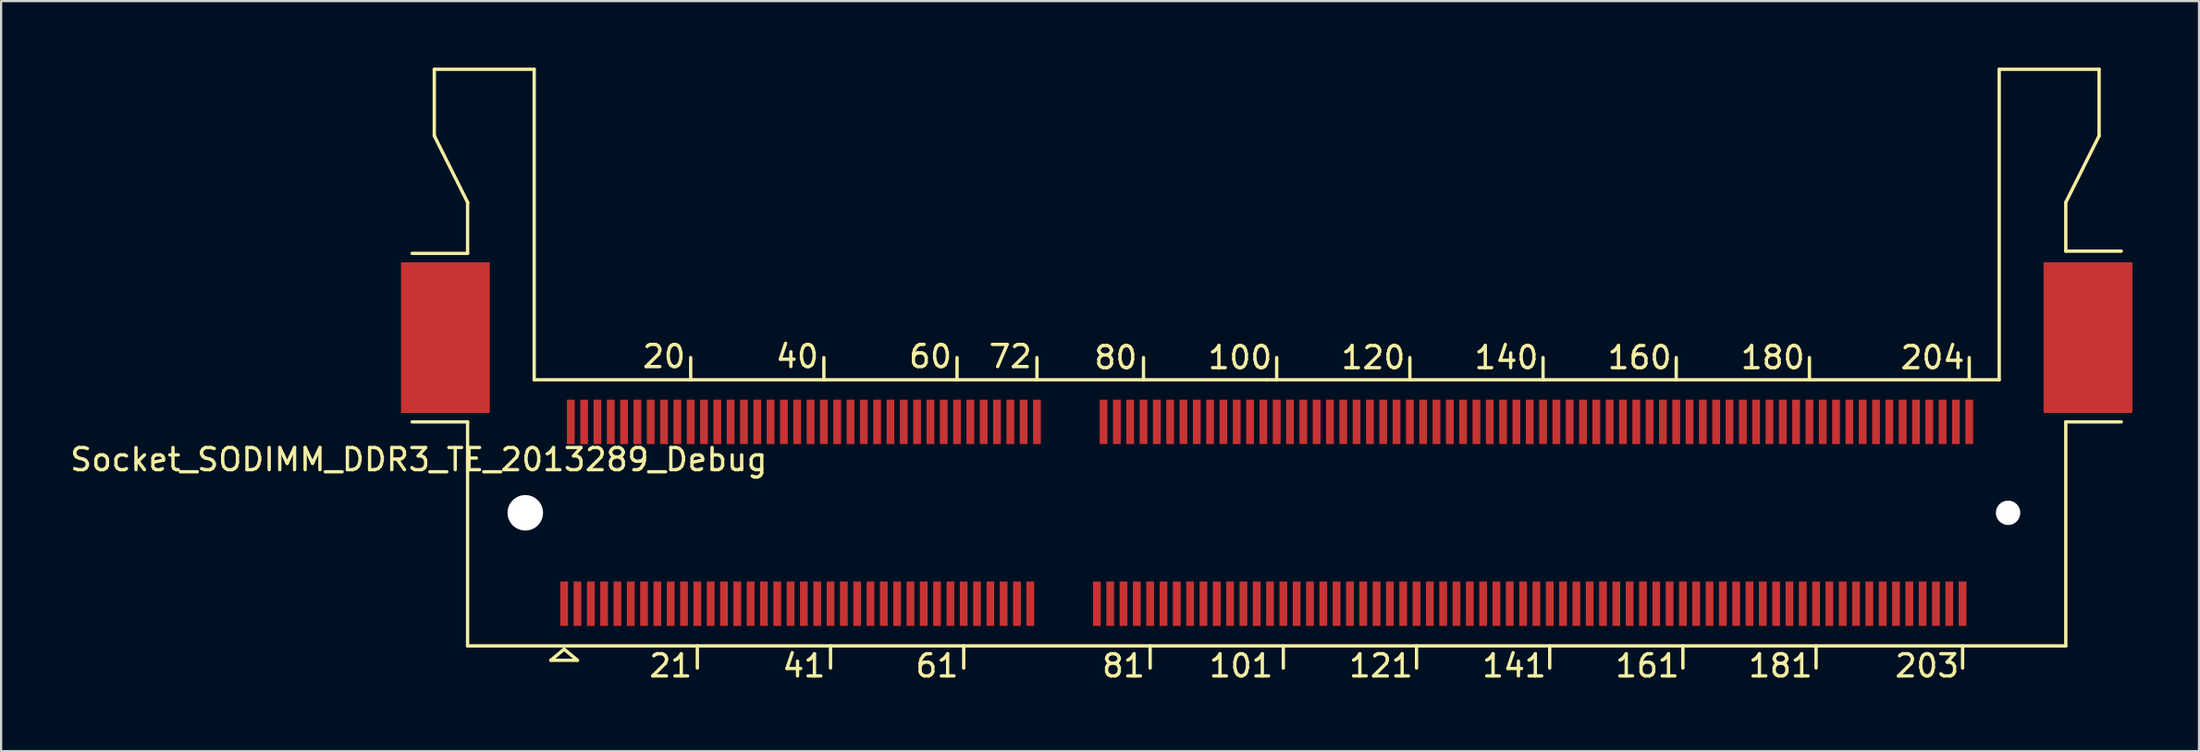
<source format=kicad_pcb>
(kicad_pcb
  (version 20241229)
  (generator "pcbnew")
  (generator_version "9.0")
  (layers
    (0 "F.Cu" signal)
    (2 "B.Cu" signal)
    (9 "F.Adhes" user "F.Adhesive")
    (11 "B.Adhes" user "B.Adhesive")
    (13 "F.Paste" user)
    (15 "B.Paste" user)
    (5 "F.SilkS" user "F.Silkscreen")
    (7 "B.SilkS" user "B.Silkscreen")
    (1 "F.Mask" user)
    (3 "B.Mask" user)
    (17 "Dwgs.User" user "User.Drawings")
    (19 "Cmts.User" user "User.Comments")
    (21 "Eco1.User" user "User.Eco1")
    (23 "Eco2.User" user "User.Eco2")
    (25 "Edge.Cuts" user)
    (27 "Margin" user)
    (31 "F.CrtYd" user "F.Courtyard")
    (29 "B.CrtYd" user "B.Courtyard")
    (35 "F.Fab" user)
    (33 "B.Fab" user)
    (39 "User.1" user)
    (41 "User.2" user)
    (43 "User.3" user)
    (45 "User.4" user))
  (footprint "Socket_SODIMM_DDR3_TE_2013289_Debug"
    (layer "F.Cu")
    (at 54.015 20.075)
    (property "Reference" "Socket_SODIMM_DDR3_TE_2013289_Debug" (at -38.2 -2.4 0) (layer "F.SilkS") (effects (font (size 1 1) (thickness 0.15))))
    (attr smd)
    (fp_line (start -37.5 -20) (end -37.5 -17) (stroke (width 0.15) (type solid)) (layer "F.SilkS"))
    (fp_line (start -37.5 -17) (end -36 -14) (stroke (width 0.15) (type solid)) (layer "F.SilkS"))
    (fp_line (start -36 -14) (end -36 -11.7) (stroke (width 0.15) (type solid)) (layer "F.SilkS"))
    (fp_line (start -36 -11.7) (end -38.5 -11.7) (stroke (width 0.15) (type solid)) (layer "F.SilkS"))
    (fp_line (start -36 -4.1) (end -38.5 -4.1) (stroke (width 0.15) (type solid)) (layer "F.SilkS"))
    (fp_line (start -36 -4.1) (end -36 6) (stroke (width 0.15) (type solid)) (layer "F.SilkS"))
    (fp_line (start -36 6) (end 36 6) (stroke (width 0.15) (type solid)) (layer "F.SilkS"))
    (fp_line (start -33 -20) (end -37.5 -20) (stroke (width 0.15) (type solid)) (layer "F.SilkS"))
    (fp_line (start -33 -6) (end -33 -20) (stroke (width 0.15) (type solid)) (layer "F.SilkS"))
    (fp_line (start -32.25 6.65) (end -31.65 6.15) (stroke (width 0.15) (type solid)) (layer "F.SilkS"))
    (fp_line (start -31.65 6.15) (end -31.05 6.65) (stroke (width 0.15) (type solid)) (layer "F.SilkS"))
    (fp_line (start -31.05 6.65) (end -32.25 6.65) (stroke (width 0.15) (type solid)) (layer "F.SilkS"))
    (fp_line (start -25.95 -6) (end -25.95 -7) (stroke (width 0.15) (type solid)) (layer "F.SilkS"))
    (fp_line (start -25.65 7) (end -25.65 6) (stroke (width 0.15) (type solid)) (layer "F.SilkS"))
    (fp_line (start -19.95 -6) (end -19.95 -7) (stroke (width 0.15) (type solid)) (layer "F.SilkS"))
    (fp_line (start -19.65 7) (end -19.65 6) (stroke (width 0.15) (type solid)) (layer "F.SilkS"))
    (fp_line (start -13.95 -6) (end -13.95 -7) (stroke (width 0.15) (type solid)) (layer "F.SilkS"))
    (fp_line (start -13.65 7) (end -13.65 6) (stroke (width 0.15) (type solid)) (layer "F.SilkS"))
    (fp_line (start -10.35 -6) (end -10.35 -7) (stroke (width 0.15) (type solid)) (layer "F.SilkS"))
    (fp_line (start -5.55 -6) (end -5.55 -7) (stroke (width 0.15) (type solid)) (layer "F.SilkS"))
    (fp_line (start -5.25 7) (end -5.25 6) (stroke (width 0.15) (type solid)) (layer "F.SilkS"))
    (fp_line (start 0 -6) (end -33 -6) (stroke (width 0.15) (type solid)) (layer "F.SilkS"))
    (fp_line (start 0.45 -6) (end 0.45 -7) (stroke (width 0.15) (type solid)) (layer "F.SilkS"))
    (fp_line (start 0.75 7) (end 0.75 6) (stroke (width 0.15) (type solid)) (layer "F.SilkS"))
    (fp_line (start 6.45 -6) (end 6.45 -7) (stroke (width 0.15) (type solid)) (layer "F.SilkS"))
    (fp_line (start 6.75 7) (end 6.75 6) (stroke (width 0.15) (type solid)) (layer "F.SilkS"))
    (fp_line (start 12.45 -6) (end 12.45 -7) (stroke (width 0.15) (type solid)) (layer "F.SilkS"))
    (fp_line (start 12.75 7) (end 12.75 6) (stroke (width 0.15) (type solid)) (layer "F.SilkS"))
    (fp_line (start 18.45 -6) (end 18.45 -7) (stroke (width 0.15) (type solid)) (layer "F.SilkS"))
    (fp_line (start 18.75 7) (end 18.75 6) (stroke (width 0.15) (type solid)) (layer "F.SilkS"))
    (fp_line (start 24.45 -6) (end 24.45 -7) (stroke (width 0.15) (type solid)) (layer "F.SilkS"))
    (fp_line (start 24.75 7) (end 24.75 6) (stroke (width 0.15) (type solid)) (layer "F.SilkS"))
    (fp_line (start 31.35 7) (end 31.35 6) (stroke (width 0.15) (type solid)) (layer "F.SilkS"))
    (fp_line (start 31.65 -6) (end 31.65 -7) (stroke (width 0.15) (type solid)) (layer "F.SilkS"))
    (fp_line (start 33 -20) (end 33 -6) (stroke (width 0.15) (type solid)) (layer "F.SilkS"))
    (fp_line (start 33 -6) (end 0 -6) (stroke (width 0.15) (type solid)) (layer "F.SilkS"))
    (fp_line (start 36 -14) (end 36 -11.8) (stroke (width 0.15) (type solid)) (layer "F.SilkS"))
    (fp_line (start 36 -14) (end 37.5 -17) (stroke (width 0.15) (type solid)) (layer "F.SilkS"))
    (fp_line (start 36 -11.8) (end 38.5 -11.8) (stroke (width 0.15) (type solid)) (layer "F.SilkS"))
    (fp_line (start 36 -4.1) (end 38.5 -4.1) (stroke (width 0.15) (type solid)) (layer "F.SilkS"))
    (fp_line (start 36 6) (end 36 -4.1) (stroke (width 0.15) (type solid)) (layer "F.SilkS"))
    (fp_line (start 37.5 -20) (end 33 -20) (stroke (width 0.15) (type solid)) (layer "F.SilkS"))
    (fp_line (start 37.5 -17) (end 37.5 -20) (stroke (width 0.15) (type solid)) (layer "F.SilkS"))
    (fp_text user "20" (at -27.15 -7.05 0) (layer "F.SilkS") (effects (font (size 1 1) (thickness 0.15))))
    (fp_text user "204" (at 30 -7 0) (layer "F.SilkS") (effects (font (size 1 1) (thickness 0.15))))
    (fp_text user "121" (at 5.15 6.9 0) (layer "F.SilkS") (effects (font (size 1 1) (thickness 0.15))))
    (fp_text user "101" (at -1.15 6.9 0) (layer "F.SilkS") (effects (font (size 1 1) (thickness 0.15))))
    (fp_text user "203" (at 29.75 6.9 0) (layer "F.SilkS") (effects (font (size 1 1) (thickness 0.15))))
    (fp_text user "180" (at 22.8 -7 0) (layer "F.SilkS") (effects (font (size 1 1) (thickness 0.15))))
    (fp_text user "40" (at -21.15 -7.05 0) (layer "F.SilkS") (effects (font (size 1 1) (thickness 0.15))))
    (fp_text user "81" (at -6.45 6.9 0) (layer "F.SilkS") (effects (font (size 1 1) (thickness 0.15))))
    (fp_text user "120" (at 4.8 -7 0) (layer "F.SilkS") (effects (font (size 1 1) (thickness 0.15))))
    (fp_text user "160" (at 16.8 -7 0) (layer "F.SilkS") (effects (font (size 1 1) (thickness 0.15))))
    (fp_text user "72" (at -11.55 -7.05 0) (layer "F.SilkS") (effects (font (size 1 1) (thickness 0.15))))
    (fp_text user "181" (at 23.15 6.9 0) (layer "F.SilkS") (effects (font (size 1 1) (thickness 0.15))))
    (fp_text user "60" (at -15.15 -7.05 0) (layer "F.SilkS") (effects (font (size 1 1) (thickness 0.15))))
    (fp_text user "80" (at -6.8 -7 0) (layer "F.SilkS") (effects (font (size 1 1) (thickness 0.15))))
    (fp_text user "140" (at 10.8 -7 0) (layer "F.SilkS") (effects (font (size 1 1) (thickness 0.15))))
    (fp_text user "141" (at 11.15 6.9 0) (layer "F.SilkS") (effects (font (size 1 1) (thickness 0.15))))
    (fp_text user "161" (at 17.15 6.9 0) (layer "F.SilkS") (effects (font (size 1 1) (thickness 0.15))))
    (fp_text user "61" (at -14.85 6.9 0) (layer "F.SilkS") (effects (font (size 1 1) (thickness 0.15))))
    (fp_text user "21" (at -26.85 6.9 0) (layer "F.SilkS") (effects (font (size 1 1) (thickness 0.15))))
    (fp_text user "100" (at -1.2 -7 0) (layer "F.SilkS") (effects (font (size 1 1) (thickness 0.15))))
    (fp_text user "41" (at -20.85 6.9 0) (layer "F.SilkS") (effects (font (size 1 1) (thickness 0.15))))
    (pad "" smd rect (at -37 -7.9) (size 4 6.8) (layers "F.Cu" "F.Mask" "F.Paste"))
    (pad "" np_thru_hole circle (at -33.4 0) (size 1.6 1.6) (drill 1.6) (layers "*.Cu" "*.Mask"))
    (pad "" np_thru_hole circle (at 33.4 0) (size 1.1 1.1) (drill 1.1) (layers "*.Cu" "*.Mask"))
    (pad "" smd rect (at 37 -7.9) (size 4 6.8) (layers "F.Cu" "F.Mask" "F.Paste"))
    (pad "1" smd rect (at -31.65 4.1) (size 0.35 2) (layers "F.Cu" "F.Mask" "F.Paste"))
    (pad "2" smd rect (at -31.35 -4.1) (size 0.35 2) (layers "F.Cu" "F.Mask" "F.Paste"))
    (pad "3" smd rect (at -31.05 4.1) (size 0.35 2) (layers "F.Cu" "F.Mask" "F.Paste"))
    (pad "4" smd rect (at -30.75 -4.1) (size 0.35 2) (layers "F.Cu" "F.Mask" "F.Paste"))
    (pad "5" smd rect (at -30.45 4.1) (size 0.35 2) (layers "F.Cu" "F.Mask" "F.Paste"))
    (pad "6" smd rect (at -30.15 -4.1) (size 0.35 2) (layers "F.Cu" "F.Mask" "F.Paste"))
    (pad "7" smd rect (at -29.85 4.1) (size 0.35 2) (layers "F.Cu" "F.Mask" "F.Paste"))
    (pad "8" smd rect (at -29.55 -4.1) (size 0.35 2) (layers "F.Cu" "F.Mask" "F.Paste"))
    (pad "9" smd rect (at -29.25 4.1) (size 0.35 2) (layers "F.Cu" "F.Mask" "F.Paste"))
    (pad "10" smd rect (at -28.95 -4.1) (size 0.35 2) (layers "F.Cu" "F.Mask" "F.Paste"))
    (pad "11" smd rect (at -28.65 4.1) (size 0.35 2) (layers "F.Cu" "F.Mask" "F.Paste"))
    (pad "12" smd rect (at -28.35 -4.1) (size 0.35 2) (layers "F.Cu" "F.Mask" "F.Paste"))
    (pad "13" smd rect (at -28.05 4.1) (size 0.35 2) (layers "F.Cu" "F.Mask" "F.Paste"))
    (pad "14" smd rect (at -27.75 -4.1) (size 0.35 2) (layers "F.Cu" "F.Mask" "F.Paste"))
    (pad "15" smd rect (at -27.45 4.1) (size 0.35 2) (layers "F.Cu" "F.Mask" "F.Paste"))
    (pad "16" smd rect (at -27.15 -4.1) (size 0.35 2) (layers "F.Cu" "F.Mask" "F.Paste"))
    (pad "17" smd rect (at -26.85 4.1) (size 0.35 2) (layers "F.Cu" "F.Mask" "F.Paste"))
    (pad "18" smd rect (at -26.55 -4.1) (size 0.35 2) (layers "F.Cu" "F.Mask" "F.Paste"))
    (pad "19" smd rect (at -26.25 4.1) (size 0.35 2) (layers "F.Cu" "F.Mask" "F.Paste"))
    (pad "20" smd rect (at -25.95 -4.1) (size 0.35 2) (layers "F.Cu" "F.Mask" "F.Paste"))
    (pad "21" smd rect (at -25.65 4.1) (size 0.35 2) (layers "F.Cu" "F.Mask" "F.Paste"))
    (pad "22" smd rect (at -25.35 -4.1) (size 0.35 2) (layers "F.Cu" "F.Mask" "F.Paste"))
    (pad "23" smd rect (at -25.05 4.1) (size 0.35 2) (layers "F.Cu" "F.Mask" "F.Paste"))
    (pad "24" smd rect (at -24.75 -4.1) (size 0.35 2) (layers "F.Cu" "F.Mask" "F.Paste"))
    (pad "25" smd rect (at -24.45 4.1) (size 0.35 2) (layers "F.Cu" "F.Mask" "F.Paste"))
    (pad "26" smd rect (at -24.15 -4.1) (size 0.35 2) (layers "F.Cu" "F.Mask" "F.Paste"))
    (pad "27" smd rect (at -23.85 4.1) (size 0.35 2) (layers "F.Cu" "F.Mask" "F.Paste"))
    (pad "28" smd rect (at -23.55 -4.1) (size 0.35 2) (layers "F.Cu" "F.Mask" "F.Paste"))
    (pad "29" smd rect (at -23.25 4.1) (size 0.35 2) (layers "F.Cu" "F.Mask" "F.Paste"))
    (pad "30" smd rect (at -22.95 -4.1) (size 0.35 2) (layers "F.Cu" "F.Mask" "F.Paste"))
    (pad "31" smd rect (at -22.65 4.1) (size 0.35 2) (layers "F.Cu" "F.Mask" "F.Paste"))
    (pad "32" smd rect (at -22.35 -4.1) (size 0.35 2) (layers "F.Cu" "F.Mask" "F.Paste"))
    (pad "33" smd rect (at -22.05 4.1) (size 0.35 2) (layers "F.Cu" "F.Mask" "F.Paste"))
    (pad "34" smd rect (at -21.75 -4.1) (size 0.35 2) (layers "F.Cu" "F.Mask" "F.Paste"))
    (pad "35" smd rect (at -21.45 4.1) (size 0.35 2) (layers "F.Cu" "F.Mask" "F.Paste"))
    (pad "36" smd rect (at -21.15 -4.1) (size 0.35 2) (layers "F.Cu" "F.Mask" "F.Paste"))
    (pad "37" smd rect (at -20.85 4.1) (size 0.35 2) (layers "F.Cu" "F.Mask" "F.Paste"))
    (pad "38" smd rect (at -20.55 -4.1) (size 0.35 2) (layers "F.Cu" "F.Mask" "F.Paste"))
    (pad "39" smd rect (at -20.25 4.1) (size 0.35 2) (layers "F.Cu" "F.Mask" "F.Paste"))
    (pad "40" smd rect (at -19.95 -4.1) (size 0.35 2) (layers "F.Cu" "F.Mask" "F.Paste"))
    (pad "41" smd rect (at -19.65 4.1) (size 0.35 2) (layers "F.Cu" "F.Mask" "F.Paste"))
    (pad "42" smd rect (at -19.35 -4.1) (size 0.35 2) (layers "F.Cu" "F.Mask" "F.Paste"))
    (pad "43" smd rect (at -19.05 4.1) (size 0.35 2) (layers "F.Cu" "F.Mask" "F.Paste"))
    (pad "44" smd rect (at -18.75 -4.1) (size 0.35 2) (layers "F.Cu" "F.Mask" "F.Paste"))
    (pad "45" smd rect (at -18.45 4.1) (size 0.35 2) (layers "F.Cu" "F.Mask" "F.Paste"))
    (pad "46" smd rect (at -18.15 -4.1) (size 0.35 2) (layers "F.Cu" "F.Mask" "F.Paste"))
    (pad "47" smd rect (at -17.85 4.1) (size 0.35 2) (layers "F.Cu" "F.Mask" "F.Paste"))
    (pad "48" smd rect (at -17.55 -4.1) (size 0.35 2) (layers "F.Cu" "F.Mask" "F.Paste"))
    (pad "49" smd rect (at -17.25 4.1) (size 0.35 2) (layers "F.Cu" "F.Mask" "F.Paste"))
    (pad "50" smd rect (at -16.95 -4.1) (size 0.35 2) (layers "F.Cu" "F.Mask" "F.Paste"))
    (pad "51" smd rect (at -16.65 4.1) (size 0.35 2) (layers "F.Cu" "F.Mask" "F.Paste"))
    (pad "52" smd rect (at -16.35 -4.1) (size 0.35 2) (layers "F.Cu" "F.Mask" "F.Paste"))
    (pad "53" smd rect (at -16.05 4.1) (size 0.35 2) (layers "F.Cu" "F.Mask" "F.Paste"))
    (pad "54" smd rect (at -15.75 -4.1) (size 0.35 2) (layers "F.Cu" "F.Mask" "F.Paste"))
    (pad "55" smd rect (at -15.45 4.1) (size 0.35 2) (layers "F.Cu" "F.Mask" "F.Paste"))
    (pad "56" smd rect (at -15.15 -4.1) (size 0.35 2) (layers "F.Cu" "F.Mask" "F.Paste"))
    (pad "57" smd rect (at -14.85 4.1) (size 0.35 2) (layers "F.Cu" "F.Mask" "F.Paste"))
    (pad "58" smd rect (at -14.55 -4.1) (size 0.35 2) (layers "F.Cu" "F.Mask" "F.Paste"))
    (pad "59" smd rect (at -14.25 4.1) (size 0.35 2) (layers "F.Cu" "F.Mask" "F.Paste"))
    (pad "60" smd rect (at -13.95 -4.1) (size 0.35 2) (layers "F.Cu" "F.Mask" "F.Paste"))
    (pad "61" smd rect (at -13.65 4.1) (size 0.35 2) (layers "F.Cu" "F.Mask" "F.Paste"))
    (pad "62" smd rect (at -13.35 -4.1) (size 0.35 2) (layers "F.Cu" "F.Mask" "F.Paste"))
    (pad "63" smd rect (at -13.05 4.1) (size 0.35 2) (layers "F.Cu" "F.Mask" "F.Paste"))
    (pad "64" smd rect (at -12.75 -4.1) (size 0.35 2) (layers "F.Cu" "F.Mask" "F.Paste"))
    (pad "65" smd rect (at -12.45 4.1) (size 0.35 2) (layers "F.Cu" "F.Mask" "F.Paste"))
    (pad "66" smd rect (at -12.15 -4.1) (size 0.35 2) (layers "F.Cu" "F.Mask" "F.Paste"))
    (pad "67" smd rect (at -11.85 4.1) (size 0.35 2) (layers "F.Cu" "F.Mask" "F.Paste"))
    (pad "68" smd rect (at -11.55 -4.1) (size 0.35 2) (layers "F.Cu" "F.Mask" "F.Paste"))
    (pad "69" smd rect (at -11.25 4.1) (size 0.35 2) (layers "F.Cu" "F.Mask" "F.Paste"))
    (pad "70" smd rect (at -10.95 -4.1) (size 0.35 2) (layers "F.Cu" "F.Mask" "F.Paste"))
    (pad "71" smd rect (at -10.65 4.1) (size 0.35 2) (layers "F.Cu" "F.Mask" "F.Paste"))
    (pad "72" smd rect (at -10.35 -4.1) (size 0.35 2) (layers "F.Cu" "F.Mask" "F.Paste"))
    (pad "73" smd rect (at -7.65 4.1) (size 0.35 2) (layers "F.Cu" "F.Mask" "F.Paste"))
    (pad "74" smd rect (at -7.35 -4.1) (size 0.35 2) (layers "F.Cu" "F.Mask" "F.Paste"))
    (pad "75" smd rect (at -7.05 4.1) (size 0.35 2) (layers "F.Cu" "F.Mask" "F.Paste"))
    (pad "76" smd rect (at -6.75 -4.1) (size 0.35 2) (layers "F.Cu" "F.Mask" "F.Paste"))
    (pad "77" smd rect (at -6.45 4.1) (size 0.35 2) (layers "F.Cu" "F.Mask" "F.Paste"))
    (pad "78" smd rect (at -6.15 -4.1) (size 0.35 2) (layers "F.Cu" "F.Mask" "F.Paste"))
    (pad "79" smd rect (at -5.85 4.1) (size 0.35 2) (layers "F.Cu" "F.Mask" "F.Paste"))
    (pad "80" smd rect (at -5.55 -4.1) (size 0.35 2) (layers "F.Cu" "F.Mask" "F.Paste"))
    (pad "81" smd rect (at -5.25 4.1) (size 0.35 2) (layers "F.Cu" "F.Mask" "F.Paste"))
    (pad "82" smd rect (at -4.95 -4.1) (size 0.35 2) (layers "F.Cu" "F.Mask" "F.Paste"))
    (pad "83" smd rect (at -4.65 4.1) (size 0.35 2) (layers "F.Cu" "F.Mask" "F.Paste"))
    (pad "84" smd rect (at -4.35 -4.1) (size 0.35 2) (layers "F.Cu" "F.Mask" "F.Paste"))
    (pad "85" smd rect (at -4.05 4.1) (size 0.35 2) (layers "F.Cu" "F.Mask" "F.Paste"))
    (pad "86" smd rect (at -3.75 -4.1) (size 0.35 2) (layers "F.Cu" "F.Mask" "F.Paste"))
    (pad "87" smd rect (at -3.45 4.1) (size 0.35 2) (layers "F.Cu" "F.Mask" "F.Paste"))
    (pad "88" smd rect (at -3.15 -4.1) (size 0.35 2) (layers "F.Cu" "F.Mask" "F.Paste"))
    (pad "89" smd rect (at -2.85 4.1) (size 0.35 2) (layers "F.Cu" "F.Mask" "F.Paste"))
    (pad "90" smd rect (at -2.55 -4.1) (size 0.35 2) (layers "F.Cu" "F.Mask" "F.Paste"))
    (pad "91" smd rect (at -2.25 4.1) (size 0.35 2) (layers "F.Cu" "F.Mask" "F.Paste"))
    (pad "92" smd rect (at -1.95 -4.1) (size 0.35 2) (layers "F.Cu" "F.Mask" "F.Paste"))
    (pad "93" smd rect (at -1.65 4.1) (size 0.35 2) (layers "F.Cu" "F.Mask" "F.Paste"))
    (pad "94" smd rect (at -1.35 -4.1) (size 0.35 2) (layers "F.Cu" "F.Mask" "F.Paste"))
    (pad "95" smd rect (at -1.05 4.1) (size 0.35 2) (layers "F.Cu" "F.Mask" "F.Paste"))
    (pad "96" smd rect (at -0.75 -4.1) (size 0.35 2) (layers "F.Cu" "F.Mask" "F.Paste"))
    (pad "97" smd rect (at -0.45 4.1) (size 0.35 2) (layers "F.Cu" "F.Mask" "F.Paste"))
    (pad "98" smd rect (at -0.15 -4.1) (size 0.35 2) (layers "F.Cu" "F.Mask" "F.Paste"))
    (pad "99" smd rect (at 0.15 4.1) (size 0.35 2) (layers "F.Cu" "F.Mask" "F.Paste"))
    (pad "100" smd rect (at 0.45 -4.1) (size 0.35 2) (layers "F.Cu" "F.Mask" "F.Paste"))
    (pad "101" smd rect (at 0.75 4.1) (size 0.35 2) (layers "F.Cu" "F.Mask" "F.Paste"))
    (pad "102" smd rect (at 1.05 -4.1) (size 0.35 2) (layers "F.Cu" "F.Mask" "F.Paste"))
    (pad "103" smd rect (at 1.35 4.1) (size 0.35 2) (layers "F.Cu" "F.Mask" "F.Paste"))
    (pad "104" smd rect (at 1.65 -4.1) (size 0.35 2) (layers "F.Cu" "F.Mask" "F.Paste"))
    (pad "105" smd rect (at 1.95 4.1) (size 0.35 2) (layers "F.Cu" "F.Mask" "F.Paste"))
    (pad "106" smd rect (at 2.25 -4.1) (size 0.35 2) (layers "F.Cu" "F.Mask" "F.Paste"))
    (pad "107" smd rect (at 2.55 4.1) (size 0.35 2) (layers "F.Cu" "F.Mask" "F.Paste"))
    (pad "108" smd rect (at 2.85 -4.1) (size 0.35 2) (layers "F.Cu" "F.Mask" "F.Paste"))
    (pad "109" smd rect (at 3.15 4.1) (size 0.35 2) (layers "F.Cu" "F.Mask" "F.Paste"))
    (pad "110" smd rect (at 3.45 -4.1) (size 0.35 2) (layers "F.Cu" "F.Mask" "F.Paste"))
    (pad "111" smd rect (at 3.75 4.1) (size 0.35 2) (layers "F.Cu" "F.Mask" "F.Paste"))
    (pad "112" smd rect (at 4.05 -4.1) (size 0.35 2) (layers "F.Cu" "F.Mask" "F.Paste"))
    (pad "113" smd rect (at 4.35 4.1) (size 0.35 2) (layers "F.Cu" "F.Mask" "F.Paste"))
    (pad "114" smd rect (at 4.65 -4.1) (size 0.35 2) (layers "F.Cu" "F.Mask" "F.Paste"))
    (pad "115" smd rect (at 4.95 4.1) (size 0.35 2) (layers "F.Cu" "F.Mask" "F.Paste"))
    (pad "116" smd rect (at 5.25 -4.1) (size 0.35 2) (layers "F.Cu" "F.Mask" "F.Paste"))
    (pad "117" smd rect (at 5.55 4.1) (size 0.35 2) (layers "F.Cu" "F.Mask" "F.Paste"))
    (pad "118" smd rect (at 5.85 -4.1) (size 0.35 2) (layers "F.Cu" "F.Mask" "F.Paste"))
    (pad "119" smd rect (at 6.15 4.1) (size 0.35 2) (layers "F.Cu" "F.Mask" "F.Paste"))
    (pad "120" smd rect (at 6.45 -4.1) (size 0.35 2) (layers "F.Cu" "F.Mask" "F.Paste"))
    (pad "121" smd rect (at 6.75 4.1) (size 0.35 2) (layers "F.Cu" "F.Mask" "F.Paste"))
    (pad "122" smd rect (at 7.05 -4.1) (size 0.35 2) (layers "F.Cu" "F.Mask" "F.Paste"))
    (pad "123" smd rect (at 7.35 4.1) (size 0.35 2) (layers "F.Cu" "F.Mask" "F.Paste"))
    (pad "124" smd rect (at 7.65 -4.1) (size 0.35 2) (layers "F.Cu" "F.Mask" "F.Paste"))
    (pad "125" smd rect (at 7.95 4.1) (size 0.35 2) (layers "F.Cu" "F.Mask" "F.Paste"))
    (pad "126" smd rect (at 8.25 -4.1) (size 0.35 2) (layers "F.Cu" "F.Mask" "F.Paste"))
    (pad "127" smd rect (at 8.55 4.1) (size 0.35 2) (layers "F.Cu" "F.Mask" "F.Paste"))
    (pad "128" smd rect (at 8.85 -4.1) (size 0.35 2) (layers "F.Cu" "F.Mask" "F.Paste"))
    (pad "129" smd rect (at 9.15 4.1) (size 0.35 2) (layers "F.Cu" "F.Mask" "F.Paste"))
    (pad "130" smd rect (at 9.45 -4.1) (size 0.35 2) (layers "F.Cu" "F.Mask" "F.Paste"))
    (pad "131" smd rect (at 9.75 4.1) (size 0.35 2) (layers "F.Cu" "F.Mask" "F.Paste"))
    (pad "132" smd rect (at 10.05 -4.1) (size 0.35 2) (layers "F.Cu" "F.Mask" "F.Paste"))
    (pad "133" smd rect (at 10.35 4.1) (size 0.35 2) (layers "F.Cu" "F.Mask" "F.Paste"))
    (pad "134" smd rect (at 10.65 -4.1) (size 0.35 2) (layers "F.Cu" "F.Mask" "F.Paste"))
    (pad "135" smd rect (at 10.95 4.1) (size 0.35 2) (layers "F.Cu" "F.Mask" "F.Paste"))
    (pad "136" smd rect (at 11.25 -4.1) (size 0.35 2) (layers "F.Cu" "F.Mask" "F.Paste"))
    (pad "137" smd rect (at 11.55 4.1) (size 0.35 2) (layers "F.Cu" "F.Mask" "F.Paste"))
    (pad "138" smd rect (at 11.85 -4.1) (size 0.35 2) (layers "F.Cu" "F.Mask" "F.Paste"))
    (pad "139" smd rect (at 12.15 4.1) (size 0.35 2) (layers "F.Cu" "F.Mask" "F.Paste"))
    (pad "140" smd rect (at 12.45 -4.1) (size 0.35 2) (layers "F.Cu" "F.Mask" "F.Paste"))
    (pad "141" smd rect (at 12.75 4.1) (size 0.35 2) (layers "F.Cu" "F.Mask" "F.Paste"))
    (pad "142" smd rect (at 13.05 -4.1) (size 0.35 2) (layers "F.Cu" "F.Mask" "F.Paste"))
    (pad "143" smd rect (at 13.35 4.1) (size 0.35 2) (layers "F.Cu" "F.Mask" "F.Paste"))
    (pad "144" smd rect (at 13.65 -4.1) (size 0.35 2) (layers "F.Cu" "F.Mask" "F.Paste"))
    (pad "145" smd rect (at 13.95 4.1) (size 0.35 2) (layers "F.Cu" "F.Mask" "F.Paste"))
    (pad "146" smd rect (at 14.25 -4.1) (size 0.35 2) (layers "F.Cu" "F.Mask" "F.Paste"))
    (pad "147" smd rect (at 14.55 4.1) (size 0.35 2) (layers "F.Cu" "F.Mask" "F.Paste"))
    (pad "148" smd rect (at 14.85 -4.1) (size 0.35 2) (layers "F.Cu" "F.Mask" "F.Paste"))
    (pad "149" smd rect (at 15.15 4.1) (size 0.35 2) (layers "F.Cu" "F.Mask" "F.Paste"))
    (pad "150" smd rect (at 15.45 -4.1) (size 0.35 2) (layers "F.Cu" "F.Mask" "F.Paste"))
    (pad "151" smd rect (at 15.75 4.1) (size 0.35 2) (layers "F.Cu" "F.Mask" "F.Paste"))
    (pad "152" smd rect (at 16.05 -4.1) (size 0.35 2) (layers "F.Cu" "F.Mask" "F.Paste"))
    (pad "153" smd rect (at 16.35 4.1) (size 0.35 2) (layers "F.Cu" "F.Mask" "F.Paste"))
    (pad "154" smd rect (at 16.65 -4.1) (size 0.35 2) (layers "F.Cu" "F.Mask" "F.Paste"))
    (pad "155" smd rect (at 16.95 4.1) (size 0.35 2) (layers "F.Cu" "F.Mask" "F.Paste"))
    (pad "156" smd rect (at 17.25 -4.1) (size 0.35 2) (layers "F.Cu" "F.Mask" "F.Paste"))
    (pad "157" smd rect (at 17.55 4.1) (size 0.35 2) (layers "F.Cu" "F.Mask" "F.Paste"))
    (pad "158" smd rect (at 17.85 -4.1) (size 0.35 2) (layers "F.Cu" "F.Mask" "F.Paste"))
    (pad "159" smd rect (at 18.15 4.1) (size 0.35 2) (layers "F.Cu" "F.Mask" "F.Paste"))
    (pad "160" smd rect (at 18.45 -4.1) (size 0.35 2) (layers "F.Cu" "F.Mask" "F.Paste"))
    (pad "161" smd rect (at 18.75 4.1) (size 0.35 2) (layers "F.Cu" "F.Mask" "F.Paste"))
    (pad "162" smd rect (at 19.05 -4.1) (size 0.35 2) (layers "F.Cu" "F.Mask" "F.Paste"))
    (pad "163" smd rect (at 19.35 4.1) (size 0.35 2) (layers "F.Cu" "F.Mask" "F.Paste"))
    (pad "164" smd rect (at 19.65 -4.1) (size 0.35 2) (layers "F.Cu" "F.Mask" "F.Paste"))
    (pad "165" smd rect (at 19.95 4.1) (size 0.35 2) (layers "F.Cu" "F.Mask" "F.Paste"))
    (pad "166" smd rect (at 20.25 -4.1) (size 0.35 2) (layers "F.Cu" "F.Mask" "F.Paste"))
    (pad "167" smd rect (at 20.55 4.1) (size 0.35 2) (layers "F.Cu" "F.Mask" "F.Paste"))
    (pad "168" smd rect (at 20.85 -4.1) (size 0.35 2) (layers "F.Cu" "F.Mask" "F.Paste"))
    (pad "169" smd rect (at 21.15 4.1) (size 0.35 2) (layers "F.Cu" "F.Mask" "F.Paste"))
    (pad "170" smd rect (at 21.45 -4.1) (size 0.35 2) (layers "F.Cu" "F.Mask" "F.Paste"))
    (pad "171" smd rect (at 21.75 4.1) (size 0.35 2) (layers "F.Cu" "F.Mask" "F.Paste"))
    (pad "172" smd rect (at 22.05 -4.1) (size 0.35 2) (layers "F.Cu" "F.Mask" "F.Paste"))
    (pad "173" smd rect (at 22.35 4.1) (size 0.35 2) (layers "F.Cu" "F.Mask" "F.Paste"))
    (pad "174" smd rect (at 22.65 -4.1) (size 0.35 2) (layers "F.Cu" "F.Mask" "F.Paste"))
    (pad "175" smd rect (at 22.95 4.1) (size 0.35 2) (layers "F.Cu" "F.Mask" "F.Paste"))
    (pad "176" smd rect (at 23.25 -4.1) (size 0.35 2) (layers "F.Cu" "F.Mask" "F.Paste"))
    (pad "177" smd rect (at 23.55 4.1) (size 0.35 2) (layers "F.Cu" "F.Mask" "F.Paste"))
    (pad "178" smd rect (at 23.85 -4.1) (size 0.35 2) (layers "F.Cu" "F.Mask" "F.Paste"))
    (pad "179" smd rect (at 24.15 4.1) (size 0.35 2) (layers "F.Cu" "F.Mask" "F.Paste"))
    (pad "180" smd rect (at 24.45 -4.1) (size 0.35 2) (layers "F.Cu" "F.Mask" "F.Paste"))
    (pad "181" smd rect (at 24.75 4.1) (size 0.35 2) (layers "F.Cu" "F.Mask" "F.Paste"))
    (pad "182" smd rect (at 25.05 -4.1) (size 0.35 2) (layers "F.Cu" "F.Mask" "F.Paste"))
    (pad "183" smd rect (at 25.35 4.1) (size 0.35 2) (layers "F.Cu" "F.Mask" "F.Paste"))
    (pad "184" smd rect (at 25.65 -4.1) (size 0.35 2) (layers "F.Cu" "F.Mask" "F.Paste"))
    (pad "185" smd rect (at 25.95 4.1) (size 0.35 2) (layers "F.Cu" "F.Mask" "F.Paste"))
    (pad "186" smd rect (at 26.25 -4.1) (size 0.35 2) (layers "F.Cu" "F.Mask" "F.Paste"))
    (pad "187" smd rect (at 26.55 4.1) (size 0.35 2) (layers "F.Cu" "F.Mask" "F.Paste"))
    (pad "188" smd rect (at 26.85 -4.1) (size 0.35 2) (layers "F.Cu" "F.Mask" "F.Paste"))
    (pad "189" smd rect (at 27.15 4.1) (size 0.35 2) (layers "F.Cu" "F.Mask" "F.Paste"))
    (pad "190" smd rect (at 27.45 -4.1) (size 0.35 2) (layers "F.Cu" "F.Mask" "F.Paste"))
    (pad "191" smd rect (at 27.75 4.1) (size 0.35 2) (layers "F.Cu" "F.Mask" "F.Paste"))
    (pad "192" smd rect (at 28.05 -4.1) (size 0.35 2) (layers "F.Cu" "F.Mask" "F.Paste"))
    (pad "193" smd rect (at 28.35 4.1) (size 0.35 2) (layers "F.Cu" "F.Mask" "F.Paste"))
    (pad "194" smd rect (at 28.65 -4.1) (size 0.35 2) (layers "F.Cu" "F.Mask" "F.Paste"))
    (pad "195" smd rect (at 28.95 4.1) (size 0.35 2) (layers "F.Cu" "F.Mask" "F.Paste"))
    (pad "196" smd rect (at 29.25 -4.1) (size 0.35 2) (layers "F.Cu" "F.Mask" "F.Paste"))
    (pad "197" smd rect (at 29.55 4.1) (size 0.35 2) (layers "F.Cu" "F.Mask" "F.Paste"))
    (pad "198" smd rect (at 29.85 -4.1) (size 0.35 2) (layers "F.Cu" "F.Mask" "F.Paste"))
    (pad "199" smd rect (at 30.15 4.1) (size 0.35 2) (layers "F.Cu" "F.Mask" "F.Paste"))
    (pad "200" smd rect (at 30.45 -4.1) (size 0.35 2) (layers "F.Cu" "F.Mask" "F.Paste"))
    (pad "201" smd rect (at 30.75 4.1) (size 0.35 2) (layers "F.Cu" "F.Mask" "F.Paste"))
    (pad "202" smd rect (at 31.05 -4.1) (size 0.35 2) (layers "F.Cu" "F.Mask" "F.Paste"))
    (pad "203" smd rect (at 31.35 4.1) (size 0.35 2) (layers "F.Cu" "F.Mask" "F.Paste"))
    (pad "204" smd rect (at 31.65 -4.1) (size 0.35 2) (layers "F.Cu" "F.Mask" "F.Paste")))
  (gr_rect
    (start -3 -3)
    (end 96.015 30.823)
    (stroke (width 0.1) (type default))
    (fill no)
    (layer "Edge.Cuts")))
</source>
